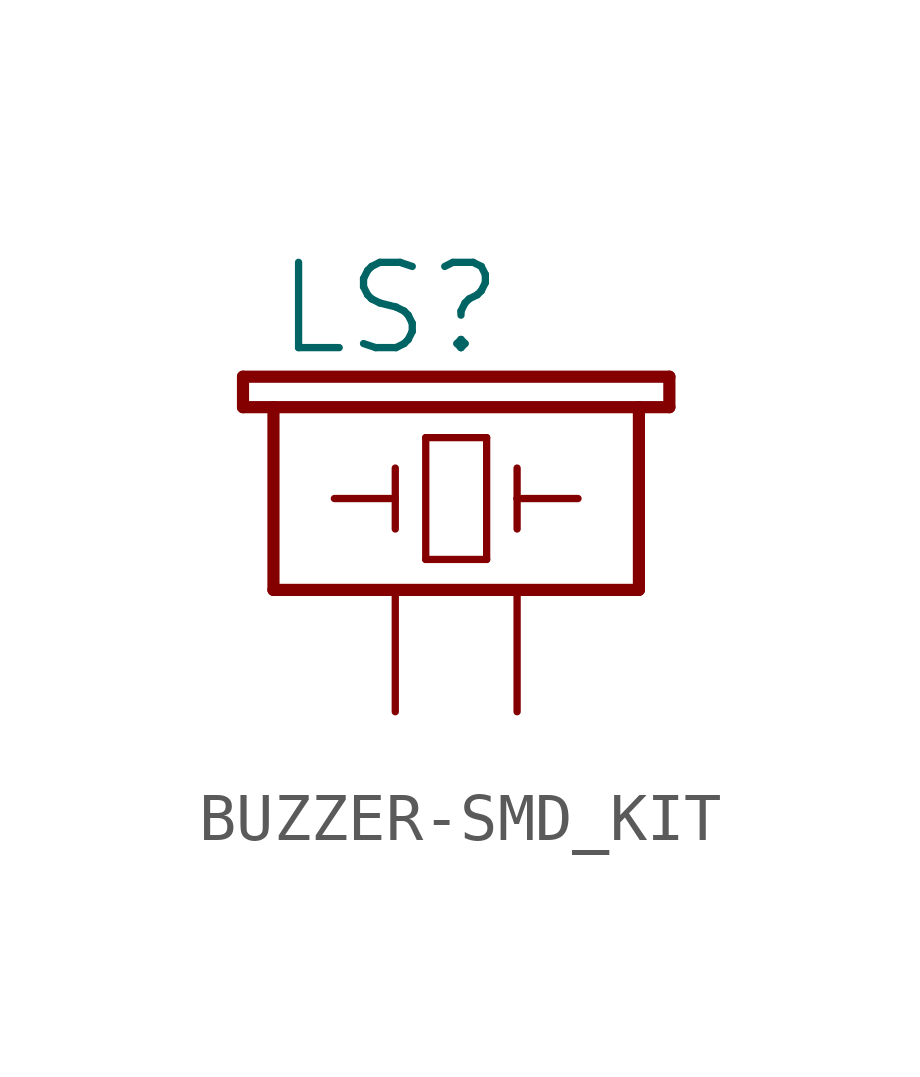
<source format=kicad_sym>
(kicad_symbol_lib
  (version 20231120)
  (generator "kicad_symbol_editor")
  (generator_version "8.0")
  (symbol "BUZZER-SMD_KIT"
    (property "Reference" "LS"
      (at -2.54 4.826 0)
      (effects (font (size 1.778 1.778)) (justify left bottom)))
    (property "Value" ""
      (at 5.334 0 0)
      (effects (font (size 1.778 1.778)) (justify left bottom)))
    (property "ki_locked" ""
      (at 0 0 0)
      (effects (font (size 1.27 1.27))))
    (symbol "BUZZER-SMD_KIT_1_0"
      (polyline (pts (xy -3.175 3.81) (xy -2.54 3.81)) (stroke (width 0.254) (type solid)) (fill (type none)))
      (polyline (pts (xy -3.175 4.445) (xy -3.175 3.81)) (stroke (width 0.254) (type solid)) (fill (type none)))
      (polyline (pts (xy -2.54 0) (xy 5.08 0)) (stroke (width 0.254) (type solid)) (fill (type none)))
      (polyline (pts (xy -2.54 3.81) (xy -2.54 0)) (stroke (width 0.254) (type solid)) (fill (type none)))
      (polyline (pts (xy -2.54 3.81) (xy 5.08 3.81)) (stroke (width 0.254) (type solid)) (fill (type none)))
      (polyline (pts (xy -1.27 1.905) (xy 0 1.905)) (stroke (width 0.152) (type solid)) (fill (type none)))
      (polyline (pts (xy 0 1.905) (xy 0 1.27)) (stroke (width 0.152) (type solid)) (fill (type none)))
      (polyline (pts (xy 0 1.905) (xy 0 2.54)) (stroke (width 0.152) (type solid)) (fill (type none)))
      (polyline (pts (xy 0.635 0.635) (xy 1.905 0.635)) (stroke (width 0.152) (type solid)) (fill (type none)))
      (polyline (pts (xy 0.635 3.175) (xy 0.635 0.635)) (stroke (width 0.152) (type solid)) (fill (type none)))
      (polyline (pts (xy 1.905 0.635) (xy 1.905 3.175)) (stroke (width 0.152) (type solid)) (fill (type none)))
      (polyline (pts (xy 1.905 3.175) (xy 0.635 3.175)) (stroke (width 0.152) (type solid)) (fill (type none)))
      (polyline (pts (xy 2.54 1.905) (xy 2.54 1.27)) (stroke (width 0.152) (type solid)) (fill (type none)))
      (polyline (pts (xy 2.54 1.905) (xy 3.81 1.905)) (stroke (width 0.152) (type solid)) (fill (type none)))
      (polyline (pts (xy 2.54 2.54) (xy 2.54 1.905)) (stroke (width 0.152) (type solid)) (fill (type none)))
      (polyline (pts (xy 5.08 0) (xy 5.08 3.81)) (stroke (width 0.254) (type solid)) (fill (type none)))
      (polyline (pts (xy 5.08 3.81) (xy 5.715 3.81)) (stroke (width 0.254) (type solid)) (fill (type none)))
      (polyline (pts (xy 5.715 3.81) (xy 5.715 4.445)) (stroke (width 0.254) (type solid)) (fill (type none)))
      (polyline (pts (xy 5.715 4.445) (xy -3.175 4.445)) (stroke (width 0.254) (type solid)) (fill (type none)))
      (pin passive line (at 0 -2.54 90) (length 2.54) (name "1" (effects (font (size 0 0)))) (number "+" (effects (font (size 0 0)))))
      (pin passive line (at 2.54 -2.54 90) (length 2.54) (name "2" (effects (font (size 0 0)))) (number "-" (effects (font (size 0 0))))))))
</source>
